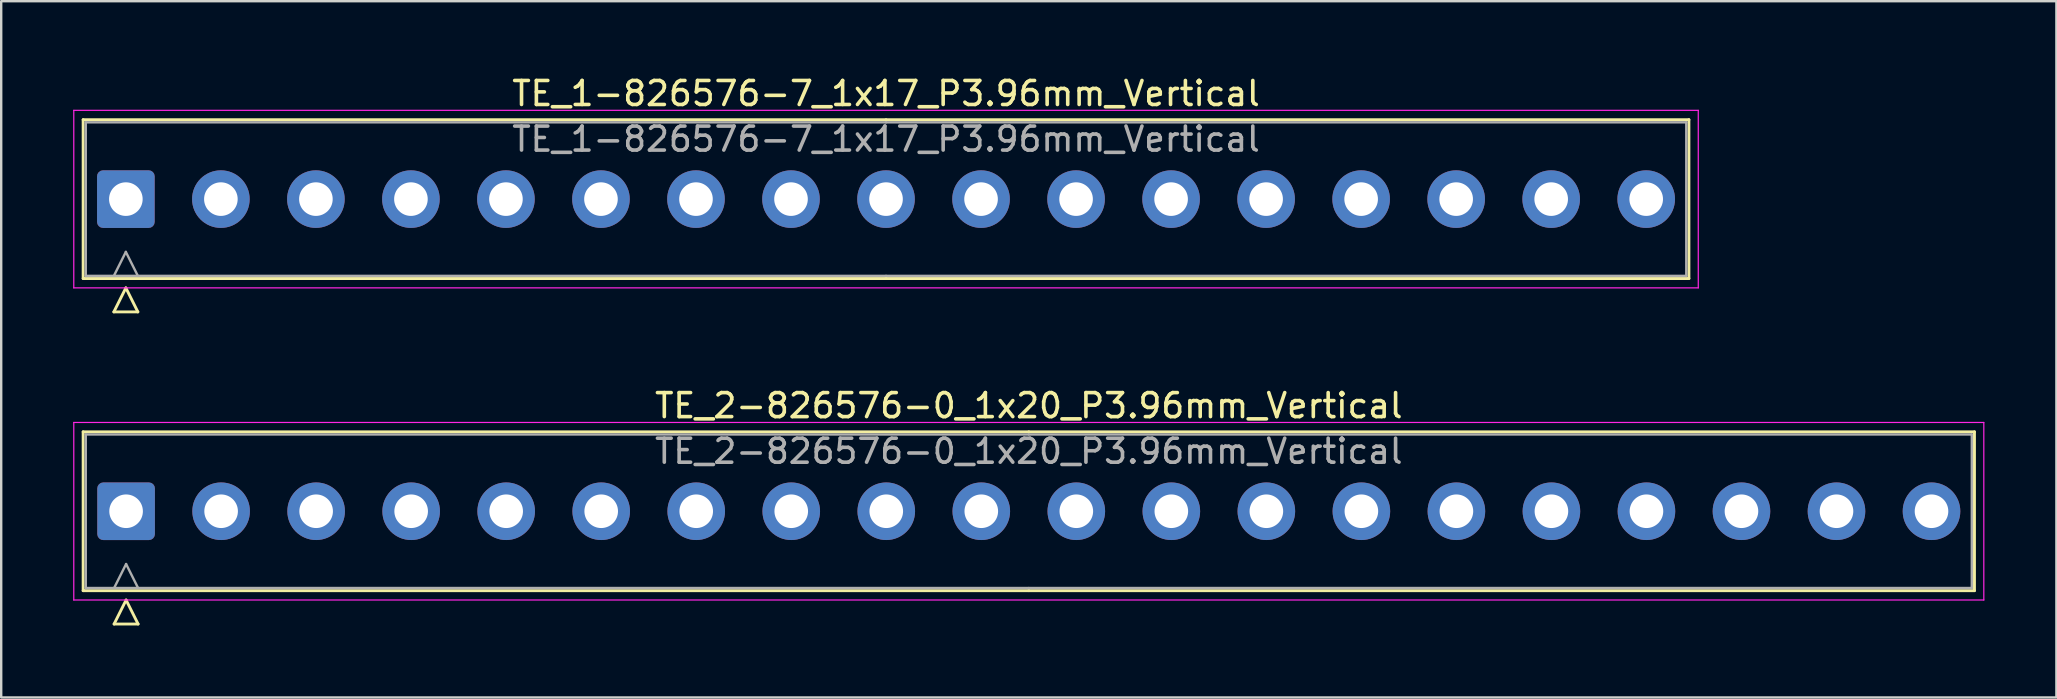
<source format=kicad_pcb>
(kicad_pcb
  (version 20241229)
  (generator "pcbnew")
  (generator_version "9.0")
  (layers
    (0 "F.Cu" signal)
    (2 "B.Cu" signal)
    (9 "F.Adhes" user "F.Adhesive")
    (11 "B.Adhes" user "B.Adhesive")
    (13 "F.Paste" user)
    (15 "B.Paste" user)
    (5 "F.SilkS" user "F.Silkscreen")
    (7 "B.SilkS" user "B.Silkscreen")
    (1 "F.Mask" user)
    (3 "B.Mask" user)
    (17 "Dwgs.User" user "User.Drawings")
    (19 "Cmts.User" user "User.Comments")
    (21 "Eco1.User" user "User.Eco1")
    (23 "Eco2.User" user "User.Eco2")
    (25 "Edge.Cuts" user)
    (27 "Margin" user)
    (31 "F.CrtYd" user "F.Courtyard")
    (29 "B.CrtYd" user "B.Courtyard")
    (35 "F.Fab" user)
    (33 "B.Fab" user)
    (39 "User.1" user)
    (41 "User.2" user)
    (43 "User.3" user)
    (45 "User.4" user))
  (footprint "TE_2-826576-0_1x20_P3.96mm_Vertical"
    (layer "F.Cu")
    (at 2.205 18.256)
    (property "Reference" "TE_2-826576-0_1x20_P3.96mm_Vertical" (at 37.62 -4.4 0) (layer "F.SilkS") (effects (font (size 1 1) (thickness 0.15))))
    (attr through_hole)
    (fp_line (start -1.79 -3.31) (end -1.79 3.31) (stroke (width 0.12) (type solid)) (layer "F.SilkS"))
    (fp_line (start -1.79 3.31) (end 37.62 3.31) (stroke (width 0.12) (type solid)) (layer "F.SilkS"))
    (fp_line (start -0.5 4.7) (end 0 3.7) (stroke (width 0.12) (type solid)) (layer "F.SilkS"))
    (fp_line (start 0 3.7) (end 0.5 4.7) (stroke (width 0.12) (type solid)) (layer "F.SilkS"))
    (fp_line (start 0.5 4.7) (end -0.5 4.7) (stroke (width 0.12) (type solid)) (layer "F.SilkS"))
    (fp_line (start 37.62 -3.31) (end -1.79 -3.31) (stroke (width 0.12) (type solid)) (layer "F.SilkS"))
    (fp_line (start 37.62 -3.31) (end 77.03 -3.31) (stroke (width 0.12) (type solid)) (layer "F.SilkS"))
    (fp_line (start 77.03 -3.31) (end 77.03 3.31) (stroke (width 0.12) (type solid)) (layer "F.SilkS"))
    (fp_line (start 77.03 3.31) (end 37.62 3.31) (stroke (width 0.12) (type solid)) (layer "F.SilkS"))
    (fp_line (start -2.18 -3.7) (end -2.18 3.7) (stroke (width 0.05) (type solid)) (layer "F.CrtYd"))
    (fp_line (start -2.18 3.7) (end 77.42 3.7) (stroke (width 0.05) (type solid)) (layer "F.CrtYd"))
    (fp_line (start 77.42 -3.7) (end -2.18 -3.7) (stroke (width 0.05) (type solid)) (layer "F.CrtYd"))
    (fp_line (start 77.42 3.7) (end 77.42 -3.7) (stroke (width 0.05) (type solid)) (layer "F.CrtYd"))
    (fp_line (start -1.68 -3.2) (end -1.68 3.2) (stroke (width 0.1) (type solid)) (layer "F.Fab"))
    (fp_line (start -1.68 3.2) (end 37.62 3.2) (stroke (width 0.1) (type solid)) (layer "F.Fab"))
    (fp_line (start -0.5 3.2) (end 0 2.2) (stroke (width 0.1) (type solid)) (layer "F.Fab"))
    (fp_line (start 0 2.2) (end 0.5 3.2) (stroke (width 0.1) (type solid)) (layer "F.Fab"))
    (fp_line (start 37.62 -3.2) (end -1.68 -3.2) (stroke (width 0.1) (type solid)) (layer "F.Fab"))
    (fp_line (start 37.62 -3.2) (end 76.92 -3.2) (stroke (width 0.1) (type solid)) (layer "F.Fab"))
    (fp_line (start 76.92 -3.2) (end 76.92 3.2) (stroke (width 0.1) (type solid)) (layer "F.Fab"))
    (fp_line (start 76.92 3.2) (end 37.62 3.2) (stroke (width 0.1) (type solid)) (layer "F.Fab"))
    (fp_text user "${REFERENCE}" (at 37.62 -2.5 0) (layer "F.Fab") (effects (font (size 1 1) (thickness 0.15))))
    (pad "1" thru_hole roundrect (at 0 0) (size 2.4 2.4) (drill 1.4) (layers "*.Cu" "*.Mask") (roundrect_rratio 0.104))
    (pad "2" thru_hole circle (at 3.96 0) (size 2.4 2.4) (drill 1.4) (layers "*.Cu" "*.Mask"))
    (pad "3" thru_hole circle (at 7.92 0) (size 2.4 2.4) (drill 1.4) (layers "*.Cu" "*.Mask"))
    (pad "4" thru_hole circle (at 11.88 0) (size 2.4 2.4) (drill 1.4) (layers "*.Cu" "*.Mask"))
    (pad "5" thru_hole circle (at 15.84 0) (size 2.4 2.4) (drill 1.4) (layers "*.Cu" "*.Mask"))
    (pad "6" thru_hole circle (at 19.8 0) (size 2.4 2.4) (drill 1.4) (layers "*.Cu" "*.Mask"))
    (pad "7" thru_hole circle (at 23.76 0) (size 2.4 2.4) (drill 1.4) (layers "*.Cu" "*.Mask"))
    (pad "8" thru_hole circle (at 27.72 0) (size 2.4 2.4) (drill 1.4) (layers "*.Cu" "*.Mask"))
    (pad "9" thru_hole circle (at 31.68 0) (size 2.4 2.4) (drill 1.4) (layers "*.Cu" "*.Mask"))
    (pad "10" thru_hole circle (at 35.64 0) (size 2.4 2.4) (drill 1.4) (layers "*.Cu" "*.Mask"))
    (pad "11" thru_hole circle (at 39.6 0) (size 2.4 2.4) (drill 1.4) (layers "*.Cu" "*.Mask"))
    (pad "12" thru_hole circle (at 43.56 0) (size 2.4 2.4) (drill 1.4) (layers "*.Cu" "*.Mask"))
    (pad "13" thru_hole circle (at 47.52 0) (size 2.4 2.4) (drill 1.4) (layers "*.Cu" "*.Mask"))
    (pad "14" thru_hole circle (at 51.48 0) (size 2.4 2.4) (drill 1.4) (layers "*.Cu" "*.Mask"))
    (pad "15" thru_hole circle (at 55.44 0) (size 2.4 2.4) (drill 1.4) (layers "*.Cu" "*.Mask"))
    (pad "16" thru_hole circle (at 59.4 0) (size 2.4 2.4) (drill 1.4) (layers "*.Cu" "*.Mask"))
    (pad "17" thru_hole circle (at 63.36 0) (size 2.4 2.4) (drill 1.4) (layers "*.Cu" "*.Mask"))
    (pad "18" thru_hole circle (at 67.32 0) (size 2.4 2.4) (drill 1.4) (layers "*.Cu" "*.Mask"))
    (pad "19" thru_hole circle (at 71.28 0) (size 2.4 2.4) (drill 1.4) (layers "*.Cu" "*.Mask"))
    (pad "20" thru_hole circle (at 75.24 0) (size 2.4 2.4) (drill 1.4) (layers "*.Cu" "*.Mask")))
  (footprint "TE_1-826576-7_1x17_P3.96mm_Vertical"
    (layer "F.Cu")
    (at 2.195 5.248)
    (property "Reference" "TE_1-826576-7_1x17_P3.96mm_Vertical" (at 31.68 -4.4 0) (layer "F.SilkS") (effects (font (size 1 1) (thickness 0.15))))
    (attr through_hole)
    (fp_line (start -1.78 -3.31) (end -1.78 3.31) (stroke (width 0.12) (type solid)) (layer "F.SilkS"))
    (fp_line (start -1.78 3.31) (end 31.68 3.31) (stroke (width 0.12) (type solid)) (layer "F.SilkS"))
    (fp_line (start -0.5 4.7) (end 0 3.7) (stroke (width 0.12) (type solid)) (layer "F.SilkS"))
    (fp_line (start 0 3.7) (end 0.5 4.7) (stroke (width 0.12) (type solid)) (layer "F.SilkS"))
    (fp_line (start 0.5 4.7) (end -0.5 4.7) (stroke (width 0.12) (type solid)) (layer "F.SilkS"))
    (fp_line (start 31.68 -3.31) (end -1.78 -3.31) (stroke (width 0.12) (type solid)) (layer "F.SilkS"))
    (fp_line (start 31.68 -3.31) (end 65.14 -3.31) (stroke (width 0.12) (type solid)) (layer "F.SilkS"))
    (fp_line (start 65.14 -3.31) (end 65.14 3.31) (stroke (width 0.12) (type solid)) (layer "F.SilkS"))
    (fp_line (start 65.14 3.31) (end 31.68 3.31) (stroke (width 0.12) (type solid)) (layer "F.SilkS"))
    (fp_line (start -2.17 -3.7) (end -2.17 3.7) (stroke (width 0.05) (type solid)) (layer "F.CrtYd"))
    (fp_line (start -2.17 3.7) (end 65.53 3.7) (stroke (width 0.05) (type solid)) (layer "F.CrtYd"))
    (fp_line (start 65.53 -3.7) (end -2.17 -3.7) (stroke (width 0.05) (type solid)) (layer "F.CrtYd"))
    (fp_line (start 65.53 3.7) (end 65.53 -3.7) (stroke (width 0.05) (type solid)) (layer "F.CrtYd"))
    (fp_line (start -1.67 -3.2) (end -1.67 3.2) (stroke (width 0.1) (type solid)) (layer "F.Fab"))
    (fp_line (start -1.67 3.2) (end 31.68 3.2) (stroke (width 0.1) (type solid)) (layer "F.Fab"))
    (fp_line (start -0.5 3.2) (end 0 2.2) (stroke (width 0.1) (type solid)) (layer "F.Fab"))
    (fp_line (start 0 2.2) (end 0.5 3.2) (stroke (width 0.1) (type solid)) (layer "F.Fab"))
    (fp_line (start 31.68 -3.2) (end -1.67 -3.2) (stroke (width 0.1) (type solid)) (layer "F.Fab"))
    (fp_line (start 31.68 -3.2) (end 65.03 -3.2) (stroke (width 0.1) (type solid)) (layer "F.Fab"))
    (fp_line (start 65.03 -3.2) (end 65.03 3.2) (stroke (width 0.1) (type solid)) (layer "F.Fab"))
    (fp_line (start 65.03 3.2) (end 31.68 3.2) (stroke (width 0.1) (type solid)) (layer "F.Fab"))
    (fp_text user "${REFERENCE}" (at 31.68 -2.5 0) (layer "F.Fab") (effects (font (size 1 1) (thickness 0.15))))
    (pad "1" thru_hole roundrect (at 0 0) (size 2.4 2.4) (drill 1.4) (layers "*.Cu" "*.Mask") (roundrect_rratio 0.104))
    (pad "2" thru_hole circle (at 3.96 0) (size 2.4 2.4) (drill 1.4) (layers "*.Cu" "*.Mask"))
    (pad "3" thru_hole circle (at 7.92 0) (size 2.4 2.4) (drill 1.4) (layers "*.Cu" "*.Mask"))
    (pad "4" thru_hole circle (at 11.88 0) (size 2.4 2.4) (drill 1.4) (layers "*.Cu" "*.Mask"))
    (pad "5" thru_hole circle (at 15.84 0) (size 2.4 2.4) (drill 1.4) (layers "*.Cu" "*.Mask"))
    (pad "6" thru_hole circle (at 19.8 0) (size 2.4 2.4) (drill 1.4) (layers "*.Cu" "*.Mask"))
    (pad "7" thru_hole circle (at 23.76 0) (size 2.4 2.4) (drill 1.4) (layers "*.Cu" "*.Mask"))
    (pad "8" thru_hole circle (at 27.72 0) (size 2.4 2.4) (drill 1.4) (layers "*.Cu" "*.Mask"))
    (pad "9" thru_hole circle (at 31.68 0) (size 2.4 2.4) (drill 1.4) (layers "*.Cu" "*.Mask"))
    (pad "10" thru_hole circle (at 35.64 0) (size 2.4 2.4) (drill 1.4) (layers "*.Cu" "*.Mask"))
    (pad "11" thru_hole circle (at 39.6 0) (size 2.4 2.4) (drill 1.4) (layers "*.Cu" "*.Mask"))
    (pad "12" thru_hole circle (at 43.56 0) (size 2.4 2.4) (drill 1.4) (layers "*.Cu" "*.Mask"))
    (pad "13" thru_hole circle (at 47.52 0) (size 2.4 2.4) (drill 1.4) (layers "*.Cu" "*.Mask"))
    (pad "14" thru_hole circle (at 51.48 0) (size 2.4 2.4) (drill 1.4) (layers "*.Cu" "*.Mask"))
    (pad "15" thru_hole circle (at 55.44 0) (size 2.4 2.4) (drill 1.4) (layers "*.Cu" "*.Mask"))
    (pad "16" thru_hole circle (at 59.4 0) (size 2.4 2.4) (drill 1.4) (layers "*.Cu" "*.Mask"))
    (pad "17" thru_hole circle (at 63.36 0) (size 2.4 2.4) (drill 1.4) (layers "*.Cu" "*.Mask")))
  (gr_rect
    (start -3 -3)
    (end 82.65 26.017)
    (stroke (width 0.1) (type default))
    (fill no)
    (layer "Edge.Cuts")))
</source>
